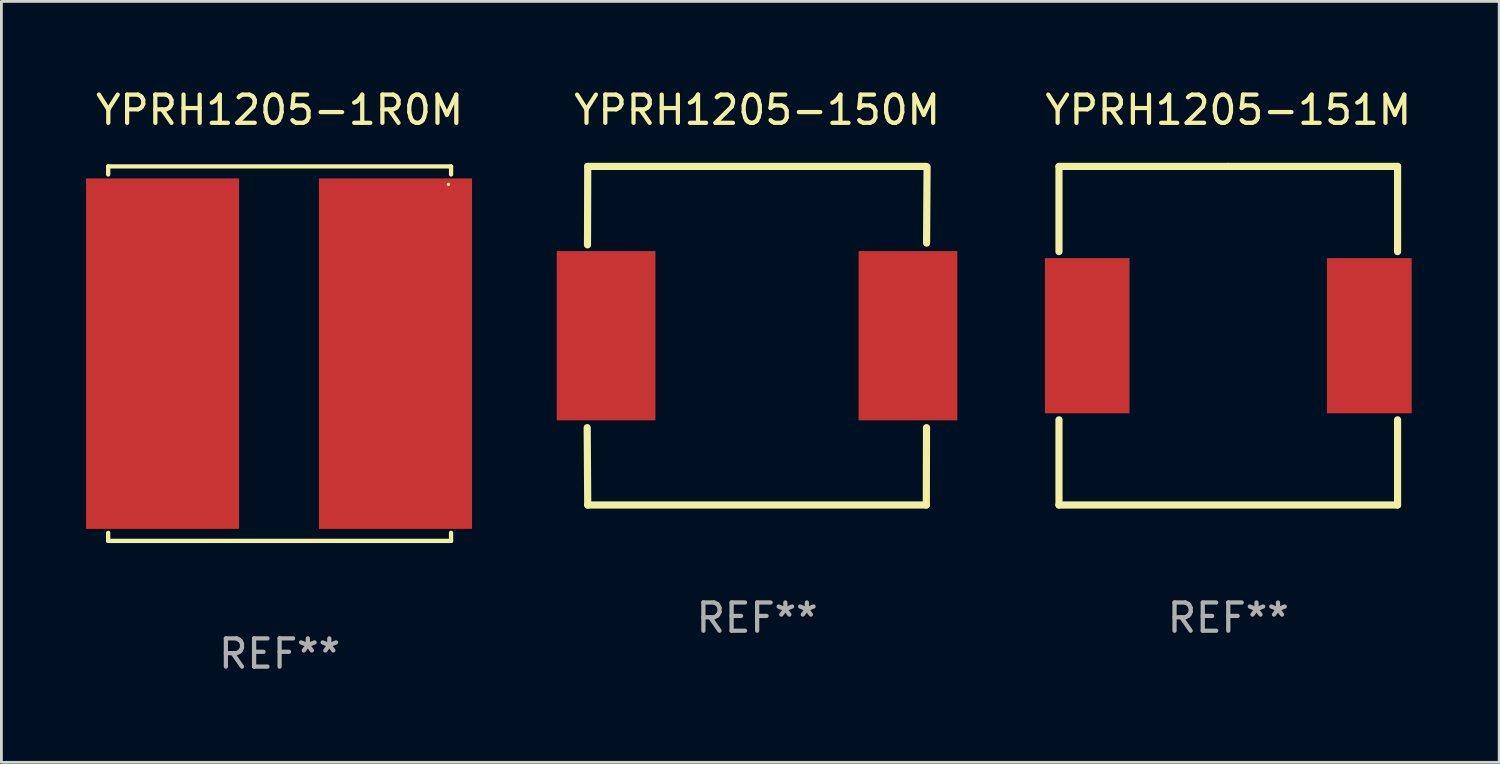
<source format=kicad_pcb>
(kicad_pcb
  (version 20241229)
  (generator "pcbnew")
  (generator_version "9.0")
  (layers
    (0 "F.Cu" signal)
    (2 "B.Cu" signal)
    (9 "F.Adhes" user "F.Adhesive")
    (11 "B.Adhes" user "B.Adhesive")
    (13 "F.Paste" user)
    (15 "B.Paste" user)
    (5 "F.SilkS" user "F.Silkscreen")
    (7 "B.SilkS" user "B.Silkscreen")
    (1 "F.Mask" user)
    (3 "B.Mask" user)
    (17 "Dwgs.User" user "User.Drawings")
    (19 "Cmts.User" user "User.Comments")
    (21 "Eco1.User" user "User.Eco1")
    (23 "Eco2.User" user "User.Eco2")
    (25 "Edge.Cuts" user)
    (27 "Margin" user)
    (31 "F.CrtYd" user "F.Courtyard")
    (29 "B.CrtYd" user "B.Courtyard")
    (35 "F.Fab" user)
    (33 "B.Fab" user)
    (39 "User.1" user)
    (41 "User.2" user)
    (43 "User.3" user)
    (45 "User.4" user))
  (footprint "YPRH1205-151M"
    (layer "F.Cu")
    (at 40.482 8.848)
    (property "Reference" "YPRH1205-151M" (at 0 -8 0) (layer "F.SilkS") (effects (font (size 1 1) (thickness 0.15))))
    (attr through_hole)
    (fp_line (start -6 -6) (end 0 -6) (stroke (width 0.254) (type solid)) (layer "F.SilkS"))
    (fp_line (start -6 -2.981) (end -6 -6) (stroke (width 0.254) (type solid)) (layer "F.SilkS"))
    (fp_line (start -6 6) (end -6 2.981) (stroke (width 0.254) (type solid)) (layer "F.SilkS"))
    (fp_line (start 0 -6) (end 6 -6) (stroke (width 0.254) (type solid)) (layer "F.SilkS"))
    (fp_line (start 6 -6) (end 6 -2.981) (stroke (width 0.254) (type solid)) (layer "F.SilkS"))
    (fp_line (start 6 2.981) (end 6 6) (stroke (width 0.254) (type solid)) (layer "F.SilkS"))
    (fp_line (start 6 6) (end -6 6) (stroke (width 0.254) (type solid)) (layer "F.SilkS"))
    (fp_circle (center -6 6) (end -5.97 6) (stroke (width 0.06) (type solid)) (fill no) (layer "F.SilkS"))
    (fp_text user "REF**" (at 0 10 0) (layer "F.Fab") (effects (font (size 1 1) (thickness 0.15))))
    (pad "1" smd rect (at -5 0) (size 3 5.5) (layers "F.Cu" "F.Mask" "F.Paste"))
    (pad "2" smd rect (at 5 0) (size 3 5.5) (layers "F.Cu" "F.Mask" "F.Paste")))
  (footprint "YPRH1205-150M"
    (layer "F.Cu")
    (at 23.784 8.848)
    (property "Reference" "YPRH1205-150M" (at 0 -8 0) (layer "F.SilkS") (effects (font (size 1 1) (thickness 0.15))))
    (attr through_hole)
    (fp_line (start -6.012 -3.22) (end -6.004 -6) (stroke (width 0.254) (type solid)) (layer "F.SilkS"))
    (fp_line (start -6.004 -6) (end 5.996 -6) (stroke (width 0.254) (type solid)) (layer "F.SilkS"))
    (fp_line (start -6.004 6) (end -6.023 3.258) (stroke (width 0.254) (type solid)) (layer "F.SilkS"))
    (fp_line (start -6.004 6) (end 5.996 6) (stroke (width 0.254) (type solid)) (layer "F.SilkS"))
    (fp_line (start 5.996 6) (end 6.003 3.258) (stroke (width 0.254) (type solid)) (layer "F.SilkS"))
    (fp_line (start 6.005 -3.282) (end 6.023 -5.98) (stroke (width 0.254) (type solid)) (layer "F.SilkS"))
    (fp_circle (center -6.004 6) (end -5.974 6) (stroke (width 0.06) (type solid)) (fill no) (layer "F.SilkS"))
    (fp_text user "REF**" (at 0 10 0) (layer "F.Fab") (effects (font (size 1 1) (thickness 0.15))))
    (pad "1" smd rect (at -5.354 0) (size 3.5 6) (layers "F.Cu" "F.Mask" "F.Paste"))
    (pad "2" smd rect (at 5.346 0) (size 3.5 6) (layers "F.Cu" "F.Mask" "F.Paste")))
  (footprint "YPRH1205-1R0M"
    (layer "F.Cu")
    (at 6.86 9.484)
    (property "Reference" "YPRH1205-1R0M" (at 0 -8.636 0) (layer "F.SilkS") (effects (font (size 1 1) (thickness 0.15))))
    (attr through_hole)
    (fp_line (start -6.076 -6.636) (end -6.076 -6.35) (stroke (width 0.152) (type solid)) (layer "F.SilkS"))
    (fp_line (start -6.076 6.636) (end -6.076 6.35) (stroke (width 0.152) (type solid)) (layer "F.SilkS"))
    (fp_line (start 6.076 -6.636) (end -6.076 -6.636) (stroke (width 0.152) (type solid)) (layer "F.SilkS"))
    (fp_line (start 6.076 -6.35) (end 6.076 -6.636) (stroke (width 0.152) (type solid)) (layer "F.SilkS"))
    (fp_line (start 6.076 6.35) (end 6.076 6.636) (stroke (width 0.152) (type solid)) (layer "F.SilkS"))
    (fp_line (start 6.076 6.636) (end -6.076 6.636) (stroke (width 0.152) (type solid)) (layer "F.SilkS"))
    (fp_circle (center 5.98 -6) (end 6.01 -6) (stroke (width 0.06) (type solid)) (fill no) (layer "F.SilkS"))
    (fp_text user "REF**" (at 0 10.636 0) (layer "F.Fab") (effects (font (size 1 1) (thickness 0.15))))
    (pad "1" smd rect (at 4.108 0) (size 5.424 12.42) (layers "F.Cu" "F.Mask" "F.Paste"))
    (pad "2" smd rect (at -4.148 0) (size 5.424 12.42) (layers "F.Cu" "F.Mask" "F.Paste")))
  (gr_rect
    (start -3 -3)
    (end 50.083 23.969)
    (stroke (width 0.1) (type default))
    (fill no)
    (layer "Edge.Cuts")))
</source>
